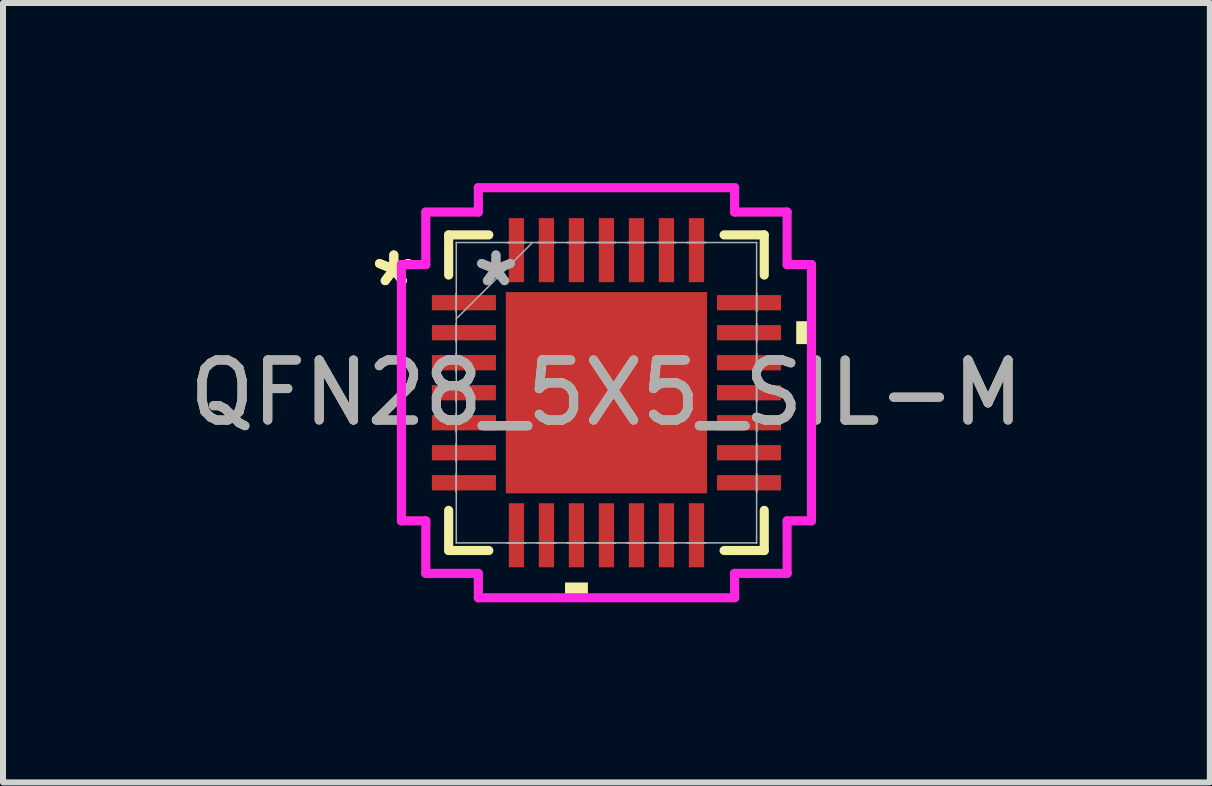
<source format=kicad_pcb>
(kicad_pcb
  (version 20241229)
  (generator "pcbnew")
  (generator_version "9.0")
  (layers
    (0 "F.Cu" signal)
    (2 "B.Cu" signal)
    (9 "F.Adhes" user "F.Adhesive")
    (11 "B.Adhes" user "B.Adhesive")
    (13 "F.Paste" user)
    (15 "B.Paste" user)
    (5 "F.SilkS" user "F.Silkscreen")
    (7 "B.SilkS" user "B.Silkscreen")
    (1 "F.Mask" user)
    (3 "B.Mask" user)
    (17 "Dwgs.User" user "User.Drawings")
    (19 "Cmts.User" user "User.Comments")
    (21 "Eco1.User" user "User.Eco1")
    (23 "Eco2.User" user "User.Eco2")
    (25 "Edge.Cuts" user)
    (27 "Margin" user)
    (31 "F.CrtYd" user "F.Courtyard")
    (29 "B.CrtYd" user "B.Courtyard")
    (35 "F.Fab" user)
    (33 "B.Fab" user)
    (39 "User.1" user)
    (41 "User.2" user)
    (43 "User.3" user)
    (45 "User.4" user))
  (footprint "QFN28_5X5_SIL-M"
    (layer "F.Cu")
    (at 7.054 3.493)
    (property "Reference" "QFN28_5X5_SIL-M" (at 0 0 0) (unlocked yes) (layer "F.SilkS") (effects (font (size 1 1) (thickness 0.15))))
    (attr smd)
    (fp_line (start -2.629 -2.629) (end -2.629 -1.96) (stroke (width 0.152) (type solid)) (layer "F.SilkS"))
    (fp_line (start -2.629 1.96) (end -2.629 2.629) (stroke (width 0.152) (type solid)) (layer "F.SilkS"))
    (fp_line (start -2.629 2.629) (end -1.96 2.629) (stroke (width 0.152) (type solid)) (layer "F.SilkS"))
    (fp_line (start -1.96 -2.629) (end -2.629 -2.629) (stroke (width 0.152) (type solid)) (layer "F.SilkS"))
    (fp_line (start 1.96 2.629) (end 2.629 2.629) (stroke (width 0.152) (type solid)) (layer "F.SilkS"))
    (fp_line (start 2.629 -2.629) (end 1.96 -2.629) (stroke (width 0.152) (type solid)) (layer "F.SilkS"))
    (fp_line (start 2.629 -1.96) (end 2.629 -2.629) (stroke (width 0.152) (type solid)) (layer "F.SilkS"))
    (fp_line (start 2.629 2.629) (end 2.629 1.96) (stroke (width 0.152) (type solid)) (layer "F.SilkS"))
    (fp_poly (pts (xy -0.69 3.162) (xy -0.69 3.416) (xy -0.309 3.416) (xy -0.309 3.162)) (stroke (width 0) (type solid)) (fill yes) (layer "F.SilkS"))
    (fp_poly (pts (xy 3.416 -1.191) (xy 3.416 -0.81) (xy 3.162 -0.81) (xy 3.162 -1.191)) (stroke (width 0) (type solid)) (fill yes) (layer "F.SilkS"))
    (fp_poly (pts (xy -1.576 -1.576) (xy -1.576 -0.1) (xy -0.1 -0.1) (xy -0.1 -1.576)) (stroke (width 0) (type solid)) (fill yes) (layer "F.Paste"))
    (fp_poly (pts (xy -1.576 0.1) (xy -1.576 1.576) (xy -0.1 1.576) (xy -0.1 0.1)) (stroke (width 0) (type solid)) (fill yes) (layer "F.Paste"))
    (fp_poly (pts (xy 0.1 -1.576) (xy 0.1 -0.1) (xy 1.576 -0.1) (xy 1.576 -1.576)) (stroke (width 0) (type solid)) (fill yes) (layer "F.Paste"))
    (fp_poly (pts (xy 0.1 0.1) (xy 0.1 1.576) (xy 1.576 1.576) (xy 1.576 0.1)) (stroke (width 0) (type solid)) (fill yes) (layer "F.Paste"))
    (fp_line (start -3.416 -2.135) (end -3.01 -2.135) (stroke (width 0.152) (type solid)) (layer "F.CrtYd"))
    (fp_line (start -3.416 2.135) (end -3.416 -2.135) (stroke (width 0.152) (type solid)) (layer "F.CrtYd"))
    (fp_line (start -3.01 -3.01) (end -2.135 -3.01) (stroke (width 0.152) (type solid)) (layer "F.CrtYd"))
    (fp_line (start -3.01 -2.135) (end -3.01 -3.01) (stroke (width 0.152) (type solid)) (layer "F.CrtYd"))
    (fp_line (start -3.01 2.135) (end -3.416 2.135) (stroke (width 0.152) (type solid)) (layer "F.CrtYd"))
    (fp_line (start -3.01 3.01) (end -3.01 2.135) (stroke (width 0.152) (type solid)) (layer "F.CrtYd"))
    (fp_line (start -2.135 -3.416) (end 2.135 -3.416) (stroke (width 0.152) (type solid)) (layer "F.CrtYd"))
    (fp_line (start -2.135 -3.01) (end -2.135 -3.416) (stroke (width 0.152) (type solid)) (layer "F.CrtYd"))
    (fp_line (start -2.135 3.01) (end -3.01 3.01) (stroke (width 0.152) (type solid)) (layer "F.CrtYd"))
    (fp_line (start -2.135 3.416) (end -2.135 3.01) (stroke (width 0.152) (type solid)) (layer "F.CrtYd"))
    (fp_line (start 2.135 -3.416) (end 2.135 -3.01) (stroke (width 0.152) (type solid)) (layer "F.CrtYd"))
    (fp_line (start 2.135 -3.01) (end 3.01 -3.01) (stroke (width 0.152) (type solid)) (layer "F.CrtYd"))
    (fp_line (start 2.135 3.01) (end 2.135 3.416) (stroke (width 0.152) (type solid)) (layer "F.CrtYd"))
    (fp_line (start 2.135 3.416) (end -2.135 3.416) (stroke (width 0.152) (type solid)) (layer "F.CrtYd"))
    (fp_line (start 3.01 -3.01) (end 3.01 -2.135) (stroke (width 0.152) (type solid)) (layer "F.CrtYd"))
    (fp_line (start 3.01 -2.135) (end 3.416 -2.135) (stroke (width 0.152) (type solid)) (layer "F.CrtYd"))
    (fp_line (start 3.01 2.135) (end 3.01 3.01) (stroke (width 0.152) (type solid)) (layer "F.CrtYd"))
    (fp_line (start 3.01 3.01) (end 2.135 3.01) (stroke (width 0.152) (type solid)) (layer "F.CrtYd"))
    (fp_line (start 3.416 -2.135) (end 3.416 2.135) (stroke (width 0.152) (type solid)) (layer "F.CrtYd"))
    (fp_line (start 3.416 2.135) (end 3.01 2.135) (stroke (width 0.152) (type solid)) (layer "F.CrtYd"))
    (fp_line (start -2.502 -2.502) (end -2.502 -2.502) (stroke (width 0.025) (type solid)) (layer "F.Fab"))
    (fp_line (start -2.502 -2.502) (end -2.502 2.502) (stroke (width 0.025) (type solid)) (layer "F.Fab"))
    (fp_line (start -2.502 -1.652) (end -2.502 -1.652) (stroke (width 0.025) (type solid)) (layer "F.Fab"))
    (fp_line (start -2.502 -1.652) (end -2.502 -1.348) (stroke (width 0.025) (type solid)) (layer "F.Fab"))
    (fp_line (start -2.502 -1.348) (end -2.502 -1.652) (stroke (width 0.025) (type solid)) (layer "F.Fab"))
    (fp_line (start -2.502 -1.348) (end -2.502 -1.348) (stroke (width 0.025) (type solid)) (layer "F.Fab"))
    (fp_line (start -2.502 -1.232) (end -1.232 -2.502) (stroke (width 0.025) (type solid)) (layer "F.Fab"))
    (fp_line (start -2.502 -1.152) (end -2.502 -1.152) (stroke (width 0.025) (type solid)) (layer "F.Fab"))
    (fp_line (start -2.502 -1.152) (end -2.502 -0.848) (stroke (width 0.025) (type solid)) (layer "F.Fab"))
    (fp_line (start -2.502 -0.848) (end -2.502 -1.152) (stroke (width 0.025) (type solid)) (layer "F.Fab"))
    (fp_line (start -2.502 -0.848) (end -2.502 -0.848) (stroke (width 0.025) (type solid)) (layer "F.Fab"))
    (fp_line (start -2.502 -0.652) (end -2.502 -0.652) (stroke (width 0.025) (type solid)) (layer "F.Fab"))
    (fp_line (start -2.502 -0.652) (end -2.502 -0.348) (stroke (width 0.025) (type solid)) (layer "F.Fab"))
    (fp_line (start -2.502 -0.348) (end -2.502 -0.652) (stroke (width 0.025) (type solid)) (layer "F.Fab"))
    (fp_line (start -2.502 -0.348) (end -2.502 -0.348) (stroke (width 0.025) (type solid)) (layer "F.Fab"))
    (fp_line (start -2.502 -0.152) (end -2.502 -0.152) (stroke (width 0.025) (type solid)) (layer "F.Fab"))
    (fp_line (start -2.502 -0.152) (end -2.502 0.152) (stroke (width 0.025) (type solid)) (layer "F.Fab"))
    (fp_line (start -2.502 0.152) (end -2.502 -0.152) (stroke (width 0.025) (type solid)) (layer "F.Fab"))
    (fp_line (start -2.502 0.152) (end -2.502 0.152) (stroke (width 0.025) (type solid)) (layer "F.Fab"))
    (fp_line (start -2.502 0.348) (end -2.502 0.348) (stroke (width 0.025) (type solid)) (layer "F.Fab"))
    (fp_line (start -2.502 0.348) (end -2.502 0.652) (stroke (width 0.025) (type solid)) (layer "F.Fab"))
    (fp_line (start -2.502 0.652) (end -2.502 0.348) (stroke (width 0.025) (type solid)) (layer "F.Fab"))
    (fp_line (start -2.502 0.652) (end -2.502 0.652) (stroke (width 0.025) (type solid)) (layer "F.Fab"))
    (fp_line (start -2.502 0.848) (end -2.502 0.848) (stroke (width 0.025) (type solid)) (layer "F.Fab"))
    (fp_line (start -2.502 0.848) (end -2.502 1.152) (stroke (width 0.025) (type solid)) (layer "F.Fab"))
    (fp_line (start -2.502 1.152) (end -2.502 0.848) (stroke (width 0.025) (type solid)) (layer "F.Fab"))
    (fp_line (start -2.502 1.152) (end -2.502 1.152) (stroke (width 0.025) (type solid)) (layer "F.Fab"))
    (fp_line (start -2.502 1.348) (end -2.502 1.348) (stroke (width 0.025) (type solid)) (layer "F.Fab"))
    (fp_line (start -2.502 1.348) (end -2.502 1.652) (stroke (width 0.025) (type solid)) (layer "F.Fab"))
    (fp_line (start -2.502 1.652) (end -2.502 1.348) (stroke (width 0.025) (type solid)) (layer "F.Fab"))
    (fp_line (start -2.502 1.652) (end -2.502 1.652) (stroke (width 0.025) (type solid)) (layer "F.Fab"))
    (fp_line (start -2.502 2.502) (end -2.502 2.502) (stroke (width 0.025) (type solid)) (layer "F.Fab"))
    (fp_line (start -2.502 2.502) (end 2.502 2.502) (stroke (width 0.025) (type solid)) (layer "F.Fab"))
    (fp_line (start -1.652 -2.502) (end -1.652 -2.502) (stroke (width 0.025) (type solid)) (layer "F.Fab"))
    (fp_line (start -1.652 -2.502) (end -1.348 -2.502) (stroke (width 0.025) (type solid)) (layer "F.Fab"))
    (fp_line (start -1.652 2.502) (end -1.652 2.502) (stroke (width 0.025) (type solid)) (layer "F.Fab"))
    (fp_line (start -1.652 2.502) (end -1.348 2.502) (stroke (width 0.025) (type solid)) (layer "F.Fab"))
    (fp_line (start -1.348 -2.502) (end -1.652 -2.502) (stroke (width 0.025) (type solid)) (layer "F.Fab"))
    (fp_line (start -1.348 -2.502) (end -1.348 -2.502) (stroke (width 0.025) (type solid)) (layer "F.Fab"))
    (fp_line (start -1.348 2.502) (end -1.652 2.502) (stroke (width 0.025) (type solid)) (layer "F.Fab"))
    (fp_line (start -1.348 2.502) (end -1.348 2.502) (stroke (width 0.025) (type solid)) (layer "F.Fab"))
    (fp_line (start -1.152 -2.502) (end -1.152 -2.502) (stroke (width 0.025) (type solid)) (layer "F.Fab"))
    (fp_line (start -1.152 -2.502) (end -0.848 -2.502) (stroke (width 0.025) (type solid)) (layer "F.Fab"))
    (fp_line (start -1.152 2.502) (end -1.152 2.502) (stroke (width 0.025) (type solid)) (layer "F.Fab"))
    (fp_line (start -1.152 2.502) (end -0.848 2.502) (stroke (width 0.025) (type solid)) (layer "F.Fab"))
    (fp_line (start -0.848 -2.502) (end -1.152 -2.502) (stroke (width 0.025) (type solid)) (layer "F.Fab"))
    (fp_line (start -0.848 -2.502) (end -0.848 -2.502) (stroke (width 0.025) (type solid)) (layer "F.Fab"))
    (fp_line (start -0.848 2.502) (end -1.152 2.502) (stroke (width 0.025) (type solid)) (layer "F.Fab"))
    (fp_line (start -0.848 2.502) (end -0.848 2.502) (stroke (width 0.025) (type solid)) (layer "F.Fab"))
    (fp_line (start -0.652 -2.502) (end -0.652 -2.502) (stroke (width 0.025) (type solid)) (layer "F.Fab"))
    (fp_line (start -0.652 -2.502) (end -0.348 -2.502) (stroke (width 0.025) (type solid)) (layer "F.Fab"))
    (fp_line (start -0.652 2.502) (end -0.652 2.502) (stroke (width 0.025) (type solid)) (layer "F.Fab"))
    (fp_line (start -0.652 2.502) (end -0.348 2.502) (stroke (width 0.025) (type solid)) (layer "F.Fab"))
    (fp_line (start -0.348 -2.502) (end -0.652 -2.502) (stroke (width 0.025) (type solid)) (layer "F.Fab"))
    (fp_line (start -0.348 -2.502) (end -0.348 -2.502) (stroke (width 0.025) (type solid)) (layer "F.Fab"))
    (fp_line (start -0.348 2.502) (end -0.652 2.502) (stroke (width 0.025) (type solid)) (layer "F.Fab"))
    (fp_line (start -0.348 2.502) (end -0.348 2.502) (stroke (width 0.025) (type solid)) (layer "F.Fab"))
    (fp_line (start -0.152 -2.502) (end -0.152 -2.502) (stroke (width 0.025) (type solid)) (layer "F.Fab"))
    (fp_line (start -0.152 -2.502) (end 0.152 -2.502) (stroke (width 0.025) (type solid)) (layer "F.Fab"))
    (fp_line (start -0.152 2.502) (end -0.152 2.502) (stroke (width 0.025) (type solid)) (layer "F.Fab"))
    (fp_line (start -0.152 2.502) (end 0.152 2.502) (stroke (width 0.025) (type solid)) (layer "F.Fab"))
    (fp_line (start 0.152 -2.502) (end -0.152 -2.502) (stroke (width 0.025) (type solid)) (layer "F.Fab"))
    (fp_line (start 0.152 -2.502) (end 0.152 -2.502) (stroke (width 0.025) (type solid)) (layer "F.Fab"))
    (fp_line (start 0.152 2.502) (end -0.152 2.502) (stroke (width 0.025) (type solid)) (layer "F.Fab"))
    (fp_line (start 0.152 2.502) (end 0.152 2.502) (stroke (width 0.025) (type solid)) (layer "F.Fab"))
    (fp_line (start 0.348 -2.502) (end 0.348 -2.502) (stroke (width 0.025) (type solid)) (layer "F.Fab"))
    (fp_line (start 0.348 -2.502) (end 0.652 -2.502) (stroke (width 0.025) (type solid)) (layer "F.Fab"))
    (fp_line (start 0.348 2.502) (end 0.348 2.502) (stroke (width 0.025) (type solid)) (layer "F.Fab"))
    (fp_line (start 0.348 2.502) (end 0.652 2.502) (stroke (width 0.025) (type solid)) (layer "F.Fab"))
    (fp_line (start 0.652 -2.502) (end 0.348 -2.502) (stroke (width 0.025) (type solid)) (layer "F.Fab"))
    (fp_line (start 0.652 -2.502) (end 0.652 -2.502) (stroke (width 0.025) (type solid)) (layer "F.Fab"))
    (fp_line (start 0.652 2.502) (end 0.348 2.502) (stroke (width 0.025) (type solid)) (layer "F.Fab"))
    (fp_line (start 0.652 2.502) (end 0.652 2.502) (stroke (width 0.025) (type solid)) (layer "F.Fab"))
    (fp_line (start 0.848 -2.502) (end 0.848 -2.502) (stroke (width 0.025) (type solid)) (layer "F.Fab"))
    (fp_line (start 0.848 -2.502) (end 1.152 -2.502) (stroke (width 0.025) (type solid)) (layer "F.Fab"))
    (fp_line (start 0.848 2.502) (end 0.848 2.502) (stroke (width 0.025) (type solid)) (layer "F.Fab"))
    (fp_line (start 0.848 2.502) (end 1.152 2.502) (stroke (width 0.025) (type solid)) (layer "F.Fab"))
    (fp_line (start 1.152 -2.502) (end 0.848 -2.502) (stroke (width 0.025) (type solid)) (layer "F.Fab"))
    (fp_line (start 1.152 -2.502) (end 1.152 -2.502) (stroke (width 0.025) (type solid)) (layer "F.Fab"))
    (fp_line (start 1.152 2.502) (end 0.848 2.502) (stroke (width 0.025) (type solid)) (layer "F.Fab"))
    (fp_line (start 1.152 2.502) (end 1.152 2.502) (stroke (width 0.025) (type solid)) (layer "F.Fab"))
    (fp_line (start 1.348 -2.502) (end 1.348 -2.502) (stroke (width 0.025) (type solid)) (layer "F.Fab"))
    (fp_line (start 1.348 -2.502) (end 1.652 -2.502) (stroke (width 0.025) (type solid)) (layer "F.Fab"))
    (fp_line (start 1.348 2.502) (end 1.348 2.502) (stroke (width 0.025) (type solid)) (layer "F.Fab"))
    (fp_line (start 1.348 2.502) (end 1.652 2.502) (stroke (width 0.025) (type solid)) (layer "F.Fab"))
    (fp_line (start 1.652 -2.502) (end 1.348 -2.502) (stroke (width 0.025) (type solid)) (layer "F.Fab"))
    (fp_line (start 1.652 -2.502) (end 1.652 -2.502) (stroke (width 0.025) (type solid)) (layer "F.Fab"))
    (fp_line (start 1.652 2.502) (end 1.348 2.502) (stroke (width 0.025) (type solid)) (layer "F.Fab"))
    (fp_line (start 1.652 2.502) (end 1.652 2.502) (stroke (width 0.025) (type solid)) (layer "F.Fab"))
    (fp_line (start 2.502 -2.502) (end -2.502 -2.502) (stroke (width 0.025) (type solid)) (layer "F.Fab"))
    (fp_line (start 2.502 -2.502) (end 2.502 -2.502) (stroke (width 0.025) (type solid)) (layer "F.Fab"))
    (fp_line (start 2.502 -1.652) (end 2.502 -1.652) (stroke (width 0.025) (type solid)) (layer "F.Fab"))
    (fp_line (start 2.502 -1.652) (end 2.502 -1.348) (stroke (width 0.025) (type solid)) (layer "F.Fab"))
    (fp_line (start 2.502 -1.348) (end 2.502 -1.652) (stroke (width 0.025) (type solid)) (layer "F.Fab"))
    (fp_line (start 2.502 -1.348) (end 2.502 -1.348) (stroke (width 0.025) (type solid)) (layer "F.Fab"))
    (fp_line (start 2.502 -1.152) (end 2.502 -1.152) (stroke (width 0.025) (type solid)) (layer "F.Fab"))
    (fp_line (start 2.502 -1.152) (end 2.502 -0.848) (stroke (width 0.025) (type solid)) (layer "F.Fab"))
    (fp_line (start 2.502 -0.848) (end 2.502 -1.152) (stroke (width 0.025) (type solid)) (layer "F.Fab"))
    (fp_line (start 2.502 -0.848) (end 2.502 -0.848) (stroke (width 0.025) (type solid)) (layer "F.Fab"))
    (fp_line (start 2.502 -0.652) (end 2.502 -0.652) (stroke (width 0.025) (type solid)) (layer "F.Fab"))
    (fp_line (start 2.502 -0.652) (end 2.502 -0.348) (stroke (width 0.025) (type solid)) (layer "F.Fab"))
    (fp_line (start 2.502 -0.348) (end 2.502 -0.652) (stroke (width 0.025) (type solid)) (layer "F.Fab"))
    (fp_line (start 2.502 -0.348) (end 2.502 -0.348) (stroke (width 0.025) (type solid)) (layer "F.Fab"))
    (fp_line (start 2.502 -0.152) (end 2.502 -0.152) (stroke (width 0.025) (type solid)) (layer "F.Fab"))
    (fp_line (start 2.502 -0.152) (end 2.502 0.152) (stroke (width 0.025) (type solid)) (layer "F.Fab"))
    (fp_line (start 2.502 0.152) (end 2.502 -0.152) (stroke (width 0.025) (type solid)) (layer "F.Fab"))
    (fp_line (start 2.502 0.152) (end 2.502 0.152) (stroke (width 0.025) (type solid)) (layer "F.Fab"))
    (fp_line (start 2.502 0.348) (end 2.502 0.348) (stroke (width 0.025) (type solid)) (layer "F.Fab"))
    (fp_line (start 2.502 0.348) (end 2.502 0.652) (stroke (width 0.025) (type solid)) (layer "F.Fab"))
    (fp_line (start 2.502 0.652) (end 2.502 0.348) (stroke (width 0.025) (type solid)) (layer "F.Fab"))
    (fp_line (start 2.502 0.652) (end 2.502 0.652) (stroke (width 0.025) (type solid)) (layer "F.Fab"))
    (fp_line (start 2.502 0.848) (end 2.502 0.848) (stroke (width 0.025) (type solid)) (layer "F.Fab"))
    (fp_line (start 2.502 0.848) (end 2.502 1.152) (stroke (width 0.025) (type solid)) (layer "F.Fab"))
    (fp_line (start 2.502 1.152) (end 2.502 0.848) (stroke (width 0.025) (type solid)) (layer "F.Fab"))
    (fp_line (start 2.502 1.152) (end 2.502 1.152) (stroke (width 0.025) (type solid)) (layer "F.Fab"))
    (fp_line (start 2.502 1.348) (end 2.502 1.348) (stroke (width 0.025) (type solid)) (layer "F.Fab"))
    (fp_line (start 2.502 1.348) (end 2.502 1.652) (stroke (width 0.025) (type solid)) (layer "F.Fab"))
    (fp_line (start 2.502 1.652) (end 2.502 1.348) (stroke (width 0.025) (type solid)) (layer "F.Fab"))
    (fp_line (start 2.502 1.652) (end 2.502 1.652) (stroke (width 0.025) (type solid)) (layer "F.Fab"))
    (fp_line (start 2.502 2.502) (end 2.502 -2.502) (stroke (width 0.025) (type solid)) (layer "F.Fab"))
    (fp_line (start 2.502 2.502) (end 2.502 2.502) (stroke (width 0.025) (type solid)) (layer "F.Fab"))
    (fp_text user "*" (at -3.543 -1.75 0) (layer "F.SilkS") (effects (font (size 1 1) (thickness 0.15))))
    (fp_text user "*" (at -3.543 -1.75 0) (unlocked yes) (layer "F.SilkS") (effects (font (size 1 1) (thickness 0.15))))
    (fp_text user "${REFERENCE}" (at 0 0 0) (unlocked yes) (layer "F.Fab") (effects (font (size 1 1) (thickness 0.15))))
    (fp_text user "*" (at -1.841 -1.75 0) (unlocked yes) (layer "F.Fab") (effects (font (size 1 1) (thickness 0.15))))
    (fp_text user "*" (at -1.841 -1.75 0) (layer "F.Fab") (effects (font (size 1 1) (thickness 0.15))))
    (pad "1" smd rect (at -2.375 -1.5 90) (size 0.254 1.067) (layers "F.Cu" "F.Mask" "F.Paste"))
    (pad "2" smd rect (at -2.375 -1 90) (size 0.254 1.067) (layers "F.Cu" "F.Mask" "F.Paste"))
    (pad "3" smd rect (at -2.375 -0.5 90) (size 0.254 1.067) (layers "F.Cu" "F.Mask" "F.Paste"))
    (pad "4" smd rect (at -2.375 0 90) (size 0.254 1.067) (layers "F.Cu" "F.Mask" "F.Paste"))
    (pad "5" smd rect (at -2.375 0.5 90) (size 0.254 1.067) (layers "F.Cu" "F.Mask" "F.Paste"))
    (pad "6" smd rect (at -2.375 1 90) (size 0.254 1.067) (layers "F.Cu" "F.Mask" "F.Paste"))
    (pad "7" smd rect (at -2.375 1.5 90) (size 0.254 1.067) (layers "F.Cu" "F.Mask" "F.Paste"))
    (pad "8" smd rect (at -1.5 2.375) (size 0.254 1.067) (layers "F.Cu" "F.Mask" "F.Paste"))
    (pad "9" smd rect (at -1 2.375) (size 0.254 1.067) (layers "F.Cu" "F.Mask" "F.Paste"))
    (pad "10" smd rect (at -0.5 2.375) (size 0.254 1.067) (layers "F.Cu" "F.Mask" "F.Paste"))
    (pad "11" smd rect (at 0 2.375) (size 0.254 1.067) (layers "F.Cu" "F.Mask" "F.Paste"))
    (pad "12" smd rect (at 0.5 2.375) (size 0.254 1.067) (layers "F.Cu" "F.Mask" "F.Paste"))
    (pad "13" smd rect (at 1 2.375) (size 0.254 1.067) (layers "F.Cu" "F.Mask" "F.Paste"))
    (pad "14" smd rect (at 1.5 2.375) (size 0.254 1.067) (layers "F.Cu" "F.Mask" "F.Paste"))
    (pad "15" smd rect (at 2.375 1.5 90) (size 0.254 1.067) (layers "F.Cu" "F.Mask" "F.Paste"))
    (pad "16" smd rect (at 2.375 1 90) (size 0.254 1.067) (layers "F.Cu" "F.Mask" "F.Paste"))
    (pad "17" smd rect (at 2.375 0.5 90) (size 0.254 1.067) (layers "F.Cu" "F.Mask" "F.Paste"))
    (pad "18" smd rect (at 2.375 0 90) (size 0.254 1.067) (layers "F.Cu" "F.Mask" "F.Paste"))
    (pad "19" smd rect (at 2.375 -0.5 90) (size 0.254 1.067) (layers "F.Cu" "F.Mask" "F.Paste"))
    (pad "20" smd rect (at 2.375 -1 90) (size 0.254 1.067) (layers "F.Cu" "F.Mask" "F.Paste"))
    (pad "21" smd rect (at 2.375 -1.5 90) (size 0.254 1.067) (layers "F.Cu" "F.Mask" "F.Paste"))
    (pad "22" smd rect (at 1.5 -2.375) (size 0.254 1.067) (layers "F.Cu" "F.Mask" "F.Paste"))
    (pad "23" smd rect (at 1 -2.375) (size 0.254 1.067) (layers "F.Cu" "F.Mask" "F.Paste"))
    (pad "24" smd rect (at 0.5 -2.375) (size 0.254 1.067) (layers "F.Cu" "F.Mask" "F.Paste"))
    (pad "25" smd rect (at 0 -2.375) (size 0.254 1.067) (layers "F.Cu" "F.Mask" "F.Paste"))
    (pad "26" smd rect (at -0.5 -2.375) (size 0.254 1.067) (layers "F.Cu" "F.Mask" "F.Paste"))
    (pad "27" smd rect (at -1 -2.375) (size 0.254 1.067) (layers "F.Cu" "F.Mask" "F.Paste"))
    (pad "28" smd rect (at -1.5 -2.375) (size 0.254 1.067) (layers "F.Cu" "F.Mask" "F.Paste"))
    (pad "29" smd rect (at 0 0) (size 3.353 3.353) (layers "F.Cu" "F.Mask" "F.Paste")))
  (gr_rect
    (start -3 -3)
    (end 17.107 9.985)
    (stroke (width 0.1) (type default))
    (fill no)
    (layer "Edge.Cuts")))
</source>
